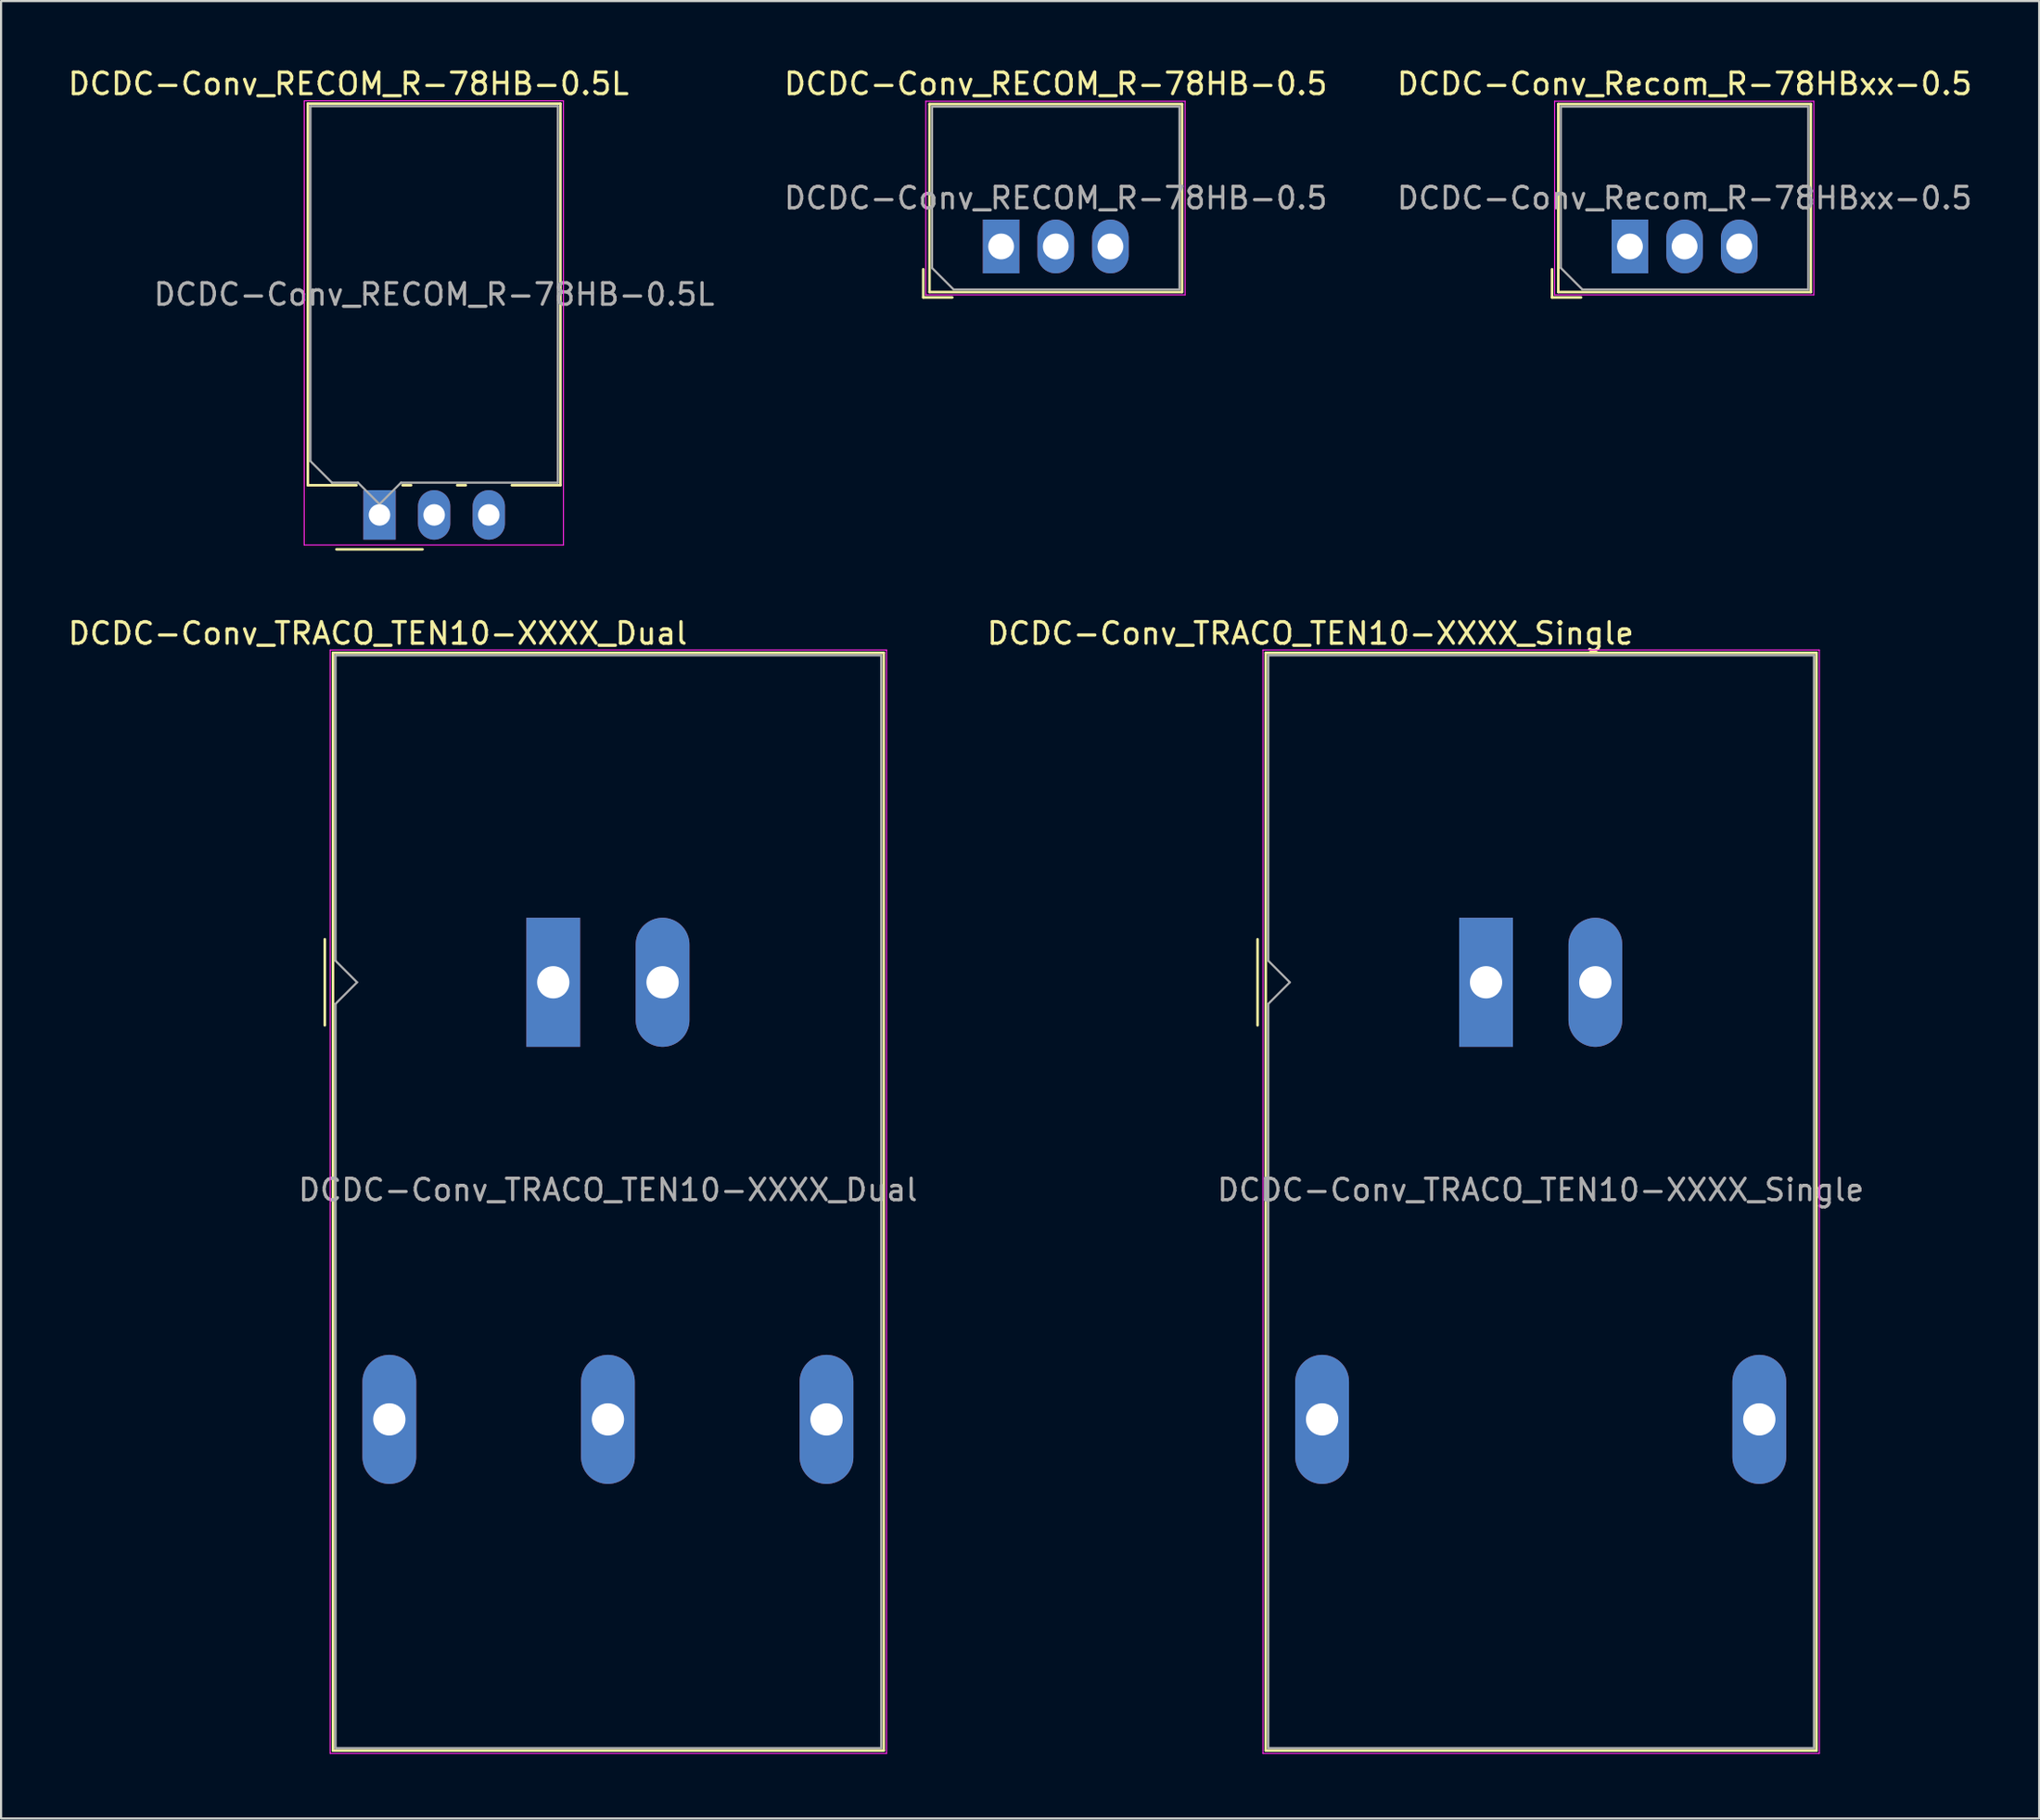
<source format=kicad_pcb>
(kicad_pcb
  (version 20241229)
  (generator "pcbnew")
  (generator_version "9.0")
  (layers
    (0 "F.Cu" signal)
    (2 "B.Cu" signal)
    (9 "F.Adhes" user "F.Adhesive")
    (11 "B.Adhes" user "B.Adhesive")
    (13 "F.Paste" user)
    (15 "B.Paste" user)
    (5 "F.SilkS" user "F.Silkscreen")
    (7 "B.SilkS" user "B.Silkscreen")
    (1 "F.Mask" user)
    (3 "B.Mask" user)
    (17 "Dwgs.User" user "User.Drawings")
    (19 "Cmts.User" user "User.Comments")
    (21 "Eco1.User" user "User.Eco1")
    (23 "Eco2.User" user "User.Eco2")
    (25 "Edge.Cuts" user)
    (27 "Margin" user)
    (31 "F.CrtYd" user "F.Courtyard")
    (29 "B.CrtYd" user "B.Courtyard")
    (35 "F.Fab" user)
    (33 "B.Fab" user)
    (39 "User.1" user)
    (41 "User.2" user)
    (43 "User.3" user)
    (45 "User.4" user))
  (footprint "DCDC-Conv_RECOM_R-78HB-0.5L"
    (layer "F.Cu")
    (at 14.589 20.888)
    (property "Reference" "DCDC-Conv_RECOM_R-78HB-0.5L" (at -1.44 -20.04 0) (layer "F.SilkS") (effects (font (size 1 1) (thickness 0.15))))
    (attr through_hole)
    (fp_line (start -3.33 -19.12) (end -3.33 -1.38) (stroke (width 0.12) (type solid)) (layer "F.SilkS"))
    (fp_line (start -3.33 -19.12) (end 8.41 -19.12) (stroke (width 0.12) (type solid)) (layer "F.SilkS"))
    (fp_line (start -3.33 -1.38) (end -1.07 -1.38) (stroke (width 0.12) (type solid)) (layer "F.SilkS"))
    (fp_line (start -2 1.6) (end 2 1.6) (stroke (width 0.12) (type solid)) (layer "F.SilkS"))
    (fp_line (start 1.07 -1.38) (end 1.471 -1.38) (stroke (width 0.12) (type solid)) (layer "F.SilkS"))
    (fp_line (start 3.61 -1.38) (end 4.01 -1.38) (stroke (width 0.12) (type solid)) (layer "F.SilkS"))
    (fp_line (start 6.15 -1.38) (end 8.41 -1.38) (stroke (width 0.12) (type solid)) (layer "F.SilkS"))
    (fp_line (start 8.41 -19.12) (end 8.41 -1.38) (stroke (width 0.12) (type solid)) (layer "F.SilkS"))
    (fp_line (start -3.5 -19.25) (end -3.5 1.4) (stroke (width 0.05) (type solid)) (layer "F.CrtYd"))
    (fp_line (start -3.5 1.4) (end 8.55 1.4) (stroke (width 0.05) (type solid)) (layer "F.CrtYd"))
    (fp_line (start 8.55 -19.25) (end -3.5 -19.25) (stroke (width 0.05) (type solid)) (layer "F.CrtYd"))
    (fp_line (start 8.55 1.4) (end 8.55 -19.25) (stroke (width 0.05) (type solid)) (layer "F.CrtYd"))
    (fp_line (start -3.21 -19) (end 8.29 -19) (stroke (width 0.1) (type solid)) (layer "F.Fab"))
    (fp_line (start -3.21 -2.5) (end -3.21 -19) (stroke (width 0.1) (type solid)) (layer "F.Fab"))
    (fp_line (start -2.21 -1.5) (end -3.21 -2.5) (stroke (width 0.1) (type solid)) (layer "F.Fab"))
    (fp_line (start -1 -1.5) (end -2.21 -1.5) (stroke (width 0.1) (type solid)) (layer "F.Fab"))
    (fp_line (start -1 -1.5) (end 0 -0.5) (stroke (width 0.1) (type solid)) (layer "F.Fab"))
    (fp_line (start 0 -0.5) (end 1 -1.5) (stroke (width 0.1) (type solid)) (layer "F.Fab"))
    (fp_line (start 8.29 -19) (end 8.29 -1.5) (stroke (width 0.1) (type solid)) (layer "F.Fab"))
    (fp_line (start 8.29 -1.5) (end 1 -1.5) (stroke (width 0.1) (type solid)) (layer "F.Fab"))
    (fp_text user "${REFERENCE}" (at 2.54 -10.25 0) (layer "F.Fab") (effects (font (size 1 1) (thickness 0.15))))
    (pad "1" thru_hole rect (at 0 0) (size 1.5 2.3) (drill 1) (layers "*.Cu" "*.Mask"))
    (pad "2" thru_hole oval (at 2.54 0) (size 1.5 2.3) (drill 1) (layers "*.Cu" "*.Mask"))
    (pad "3" thru_hole oval (at 5.08 0) (size 1.5 2.3) (drill 1) (layers "*.Cu" "*.Mask")))
  (footprint "DCDC-Conv_RECOM_R-78HB-0.5"
    (layer "F.Cu")
    (at 43.482 8.408)
    (property "Reference" "DCDC-Conv_RECOM_R-78HB-0.5" (at 2.54 -7.56 0) (layer "F.SilkS") (effects (font (size 1 1) (thickness 0.15))))
    (attr through_hole)
    (fp_line (start -3.62 1.06) (end -3.62 2.37) (stroke (width 0.12) (type solid)) (layer "F.SilkS"))
    (fp_line (start -3.62 2.37) (end -2.27 2.37) (stroke (width 0.12) (type solid)) (layer "F.SilkS"))
    (fp_line (start -3.33 -6.62) (end -3.33 2.12) (stroke (width 0.12) (type solid)) (layer "F.SilkS"))
    (fp_line (start -3.33 -6.62) (end 8.41 -6.62) (stroke (width 0.12) (type solid)) (layer "F.SilkS"))
    (fp_line (start -3.33 2.12) (end 8.41 2.12) (stroke (width 0.12) (type solid)) (layer "F.SilkS"))
    (fp_line (start 8.41 -6.62) (end 8.41 2.12) (stroke (width 0.12) (type solid)) (layer "F.SilkS"))
    (fp_line (start -3.5 -6.75) (end -3.5 2.25) (stroke (width 0.05) (type solid)) (layer "F.CrtYd"))
    (fp_line (start -3.5 2.25) (end 8.55 2.25) (stroke (width 0.05) (type solid)) (layer "F.CrtYd"))
    (fp_line (start 8.55 -6.75) (end -3.5 -6.75) (stroke (width 0.05) (type solid)) (layer "F.CrtYd"))
    (fp_line (start 8.55 2.25) (end 8.55 -6.75) (stroke (width 0.05) (type solid)) (layer "F.CrtYd"))
    (fp_line (start -3.21 -6.5) (end 8.29 -6.5) (stroke (width 0.1) (type solid)) (layer "F.Fab"))
    (fp_line (start -3.21 1) (end -3.21 -6.5) (stroke (width 0.1) (type solid)) (layer "F.Fab"))
    (fp_line (start -2.21 2) (end -3.21 1) (stroke (width 0.1) (type solid)) (layer "F.Fab"))
    (fp_line (start 8.29 -6.5) (end 8.29 2) (stroke (width 0.1) (type solid)) (layer "F.Fab"))
    (fp_line (start 8.29 2) (end -2.21 2) (stroke (width 0.1) (type solid)) (layer "F.Fab"))
    (fp_text user "${REFERENCE}" (at 2.54 -2.25 0) (layer "F.Fab") (effects (font (size 1 1) (thickness 0.15))))
    (pad "1" thru_hole rect (at 0 0) (size 1.7 2.5) (drill 1.2) (layers "*.Cu" "*.Mask"))
    (pad "2" thru_hole oval (at 2.54 0) (size 1.7 2.5) (drill 1.2) (layers "*.Cu" "*.Mask"))
    (pad "3" thru_hole oval (at 5.08 0) (size 1.7 2.5) (drill 1.2) (layers "*.Cu" "*.Mask")))
  (footprint "DCDC-Conv_TRACO_TEN10-XXXX_Single"
    (layer "F.Cu")
    (at 66.021 42.617)
    (property "Reference" "DCDC-Conv_TRACO_TEN10-XXXX_Single" (at -8.16 -16.22 180) (layer "F.SilkS") (effects (font (size 1 1) (thickness 0.15))))
    (attr through_hole)
    (fp_line (start -10.62 -2) (end -10.62 2) (stroke (width 0.12) (type solid)) (layer "F.SilkS"))
    (fp_line (start -10.24 -15.32) (end 15.36 -15.32) (stroke (width 0.12) (type solid)) (layer "F.SilkS"))
    (fp_line (start -10.24 35.72) (end -10.24 -15.32) (stroke (width 0.12) (type solid)) (layer "F.SilkS"))
    (fp_line (start 15.36 -15.32) (end 15.36 35.72) (stroke (width 0.12) (type solid)) (layer "F.SilkS"))
    (fp_line (start 15.36 35.72) (end -10.24 35.72) (stroke (width 0.12) (type solid)) (layer "F.SilkS"))
    (fp_line (start -10.37 -15.45) (end 15.49 -15.45) (stroke (width 0.05) (type solid)) (layer "F.CrtYd"))
    (fp_line (start -10.37 35.85) (end -10.37 -15.45) (stroke (width 0.05) (type solid)) (layer "F.CrtYd"))
    (fp_line (start -10.37 35.85) (end 15.49 35.85) (stroke (width 0.05) (type solid)) (layer "F.CrtYd"))
    (fp_line (start 15.49 35.85) (end 15.49 -15.45) (stroke (width 0.05) (type solid)) (layer "F.CrtYd"))
    (fp_line (start -10.12 -1) (end -10.12 -15.2) (stroke (width 0.1) (type solid)) (layer "F.Fab"))
    (fp_line (start -10.12 1) (end -10.12 35.6) (stroke (width 0.1) (type solid)) (layer "F.Fab"))
    (fp_line (start -10.12 1) (end -9.12 0) (stroke (width 0.1) (type solid)) (layer "F.Fab"))
    (fp_line (start -10.12 35.6) (end 15.24 35.6) (stroke (width 0.1) (type solid)) (layer "F.Fab"))
    (fp_line (start -9.12 0) (end -10.12 -1) (stroke (width 0.1) (type solid)) (layer "F.Fab"))
    (fp_line (start 15.24 -15.2) (end -10.12 -15.2) (stroke (width 0.1) (type solid)) (layer "F.Fab"))
    (fp_line (start 15.24 35.6) (end 15.24 -15.2) (stroke (width 0.1) (type solid)) (layer "F.Fab"))
    (fp_text user "${REFERENCE}" (at 2.54 9.652 0) (layer "F.Fab") (effects (font (size 1 1) (thickness 0.15))))
    (pad "1" thru_hole rect (at 0 0 90) (size 6 2.5) (drill 1.5) (layers "*.Cu" "*.Mask"))
    (pad "2" thru_hole oval (at 5.08 0 90) (size 6 2.5) (drill 1.5) (layers "*.Cu" "*.Mask"))
    (pad "3" thru_hole oval (at -7.62 20.32 90) (size 6 2.5) (drill 1.5) (layers "*.Cu" "*.Mask"))
    (pad "5" thru_hole oval (at 12.7 20.32 90) (size 6 2.5) (drill 1.5) (layers "*.Cu" "*.Mask")))
  (footprint "DCDC-Conv_TRACO_TEN10-XXXX_Dual"
    (layer "F.Cu")
    (at 22.666 42.617)
    (property "Reference" "DCDC-Conv_TRACO_TEN10-XXXX_Dual" (at -8.16 -16.22 180) (layer "F.SilkS") (effects (font (size 1 1) (thickness 0.15))))
    (attr through_hole)
    (fp_line (start -10.62 -2) (end -10.62 2) (stroke (width 0.12) (type solid)) (layer "F.SilkS"))
    (fp_line (start -10.24 -15.32) (end 15.36 -15.32) (stroke (width 0.12) (type solid)) (layer "F.SilkS"))
    (fp_line (start -10.24 35.72) (end -10.24 -15.32) (stroke (width 0.12) (type solid)) (layer "F.SilkS"))
    (fp_line (start 15.36 -15.32) (end 15.36 35.72) (stroke (width 0.12) (type solid)) (layer "F.SilkS"))
    (fp_line (start 15.36 35.72) (end -10.24 35.72) (stroke (width 0.12) (type solid)) (layer "F.SilkS"))
    (fp_line (start -10.37 -15.45) (end 15.49 -15.45) (stroke (width 0.05) (type solid)) (layer "F.CrtYd"))
    (fp_line (start -10.37 35.85) (end -10.37 -15.45) (stroke (width 0.05) (type solid)) (layer "F.CrtYd"))
    (fp_line (start -10.37 35.85) (end 15.49 35.85) (stroke (width 0.05) (type solid)) (layer "F.CrtYd"))
    (fp_line (start 15.49 35.85) (end 15.49 -15.45) (stroke (width 0.05) (type solid)) (layer "F.CrtYd"))
    (fp_line (start -10.12 -1) (end -10.12 -15.2) (stroke (width 0.1) (type solid)) (layer "F.Fab"))
    (fp_line (start -10.12 1) (end -10.12 35.6) (stroke (width 0.1) (type solid)) (layer "F.Fab"))
    (fp_line (start -10.12 1) (end -9.12 0) (stroke (width 0.1) (type solid)) (layer "F.Fab"))
    (fp_line (start -10.12 35.6) (end 15.24 35.6) (stroke (width 0.1) (type solid)) (layer "F.Fab"))
    (fp_line (start -9.12 0) (end -10.12 -1) (stroke (width 0.1) (type solid)) (layer "F.Fab"))
    (fp_line (start 15.24 -15.2) (end -10.12 -15.2) (stroke (width 0.1) (type solid)) (layer "F.Fab"))
    (fp_line (start 15.24 35.6) (end 15.24 -15.2) (stroke (width 0.1) (type solid)) (layer "F.Fab"))
    (fp_text user "${REFERENCE}" (at 2.54 9.652 0) (layer "F.Fab") (effects (font (size 1 1) (thickness 0.15))))
    (pad "1" thru_hole rect (at 0 0 90) (size 6 2.5) (drill 1.5) (layers "*.Cu" "*.Mask"))
    (pad "2" thru_hole oval (at 5.08 0 90) (size 6 2.5) (drill 1.5) (layers "*.Cu" "*.Mask"))
    (pad "3" thru_hole oval (at -7.62 20.32 90) (size 6 2.5) (drill 1.5) (layers "*.Cu" "*.Mask"))
    (pad "4" thru_hole oval (at 2.54 20.32 90) (size 6 2.5) (drill 1.5) (layers "*.Cu" "*.Mask"))
    (pad "5" thru_hole oval (at 12.7 20.32 90) (size 6 2.5) (drill 1.5) (layers "*.Cu" "*.Mask")))
  (footprint "DCDC-Conv_Recom_R-78HBxx-0.5"
    (layer "F.Cu")
    (at 72.708 8.408)
    (property "Reference" "DCDC-Conv_Recom_R-78HBxx-0.5" (at 2.54 -7.56 0) (layer "F.SilkS") (effects (font (size 1 1) (thickness 0.15))))
    (attr through_hole)
    (fp_line (start -3.62 1.06) (end -3.62 2.37) (stroke (width 0.12) (type solid)) (layer "F.SilkS"))
    (fp_line (start -3.62 2.37) (end -2.27 2.37) (stroke (width 0.12) (type solid)) (layer "F.SilkS"))
    (fp_line (start -3.33 -6.62) (end -3.33 2.12) (stroke (width 0.12) (type solid)) (layer "F.SilkS"))
    (fp_line (start -3.33 -6.62) (end 8.41 -6.62) (stroke (width 0.12) (type solid)) (layer "F.SilkS"))
    (fp_line (start -3.33 2.12) (end 8.41 2.12) (stroke (width 0.12) (type solid)) (layer "F.SilkS"))
    (fp_line (start 8.41 -6.62) (end 8.41 2.12) (stroke (width 0.12) (type solid)) (layer "F.SilkS"))
    (fp_line (start -3.5 -6.75) (end -3.5 2.25) (stroke (width 0.05) (type solid)) (layer "F.CrtYd"))
    (fp_line (start -3.5 2.25) (end 8.55 2.25) (stroke (width 0.05) (type solid)) (layer "F.CrtYd"))
    (fp_line (start 8.55 -6.75) (end -3.5 -6.75) (stroke (width 0.05) (type solid)) (layer "F.CrtYd"))
    (fp_line (start 8.55 2.25) (end 8.55 -6.75) (stroke (width 0.05) (type solid)) (layer "F.CrtYd"))
    (fp_line (start -3.21 -6.5) (end 8.29 -6.5) (stroke (width 0.1) (type solid)) (layer "F.Fab"))
    (fp_line (start -3.21 1) (end -3.21 -6.5) (stroke (width 0.1) (type solid)) (layer "F.Fab"))
    (fp_line (start -2.21 2) (end -3.21 1) (stroke (width 0.1) (type solid)) (layer "F.Fab"))
    (fp_line (start 8.29 -6.5) (end 8.29 2) (stroke (width 0.1) (type solid)) (layer "F.Fab"))
    (fp_line (start 8.29 2) (end -2.21 2) (stroke (width 0.1) (type solid)) (layer "F.Fab"))
    (fp_text user "${REFERENCE}" (at 2.54 -2.25 0) (layer "F.Fab") (effects (font (size 1 1) (thickness 0.15))))
    (pad "1" thru_hole rect (at 0 0) (size 1.7 2.5) (drill 1.2) (layers "*.Cu" "*.Mask"))
    (pad "2" thru_hole oval (at 2.54 0) (size 1.7 2.5) (drill 1.2) (layers "*.Cu" "*.Mask"))
    (pad "3" thru_hole oval (at 5.08 0) (size 1.7 2.5) (drill 1.2) (layers "*.Cu" "*.Mask")))
  (gr_rect
    (start -3 -3)
    (end 91.73 81.492)
    (stroke (width 0.1) (type default))
    (fill no)
    (layer "Edge.Cuts")))
</source>
